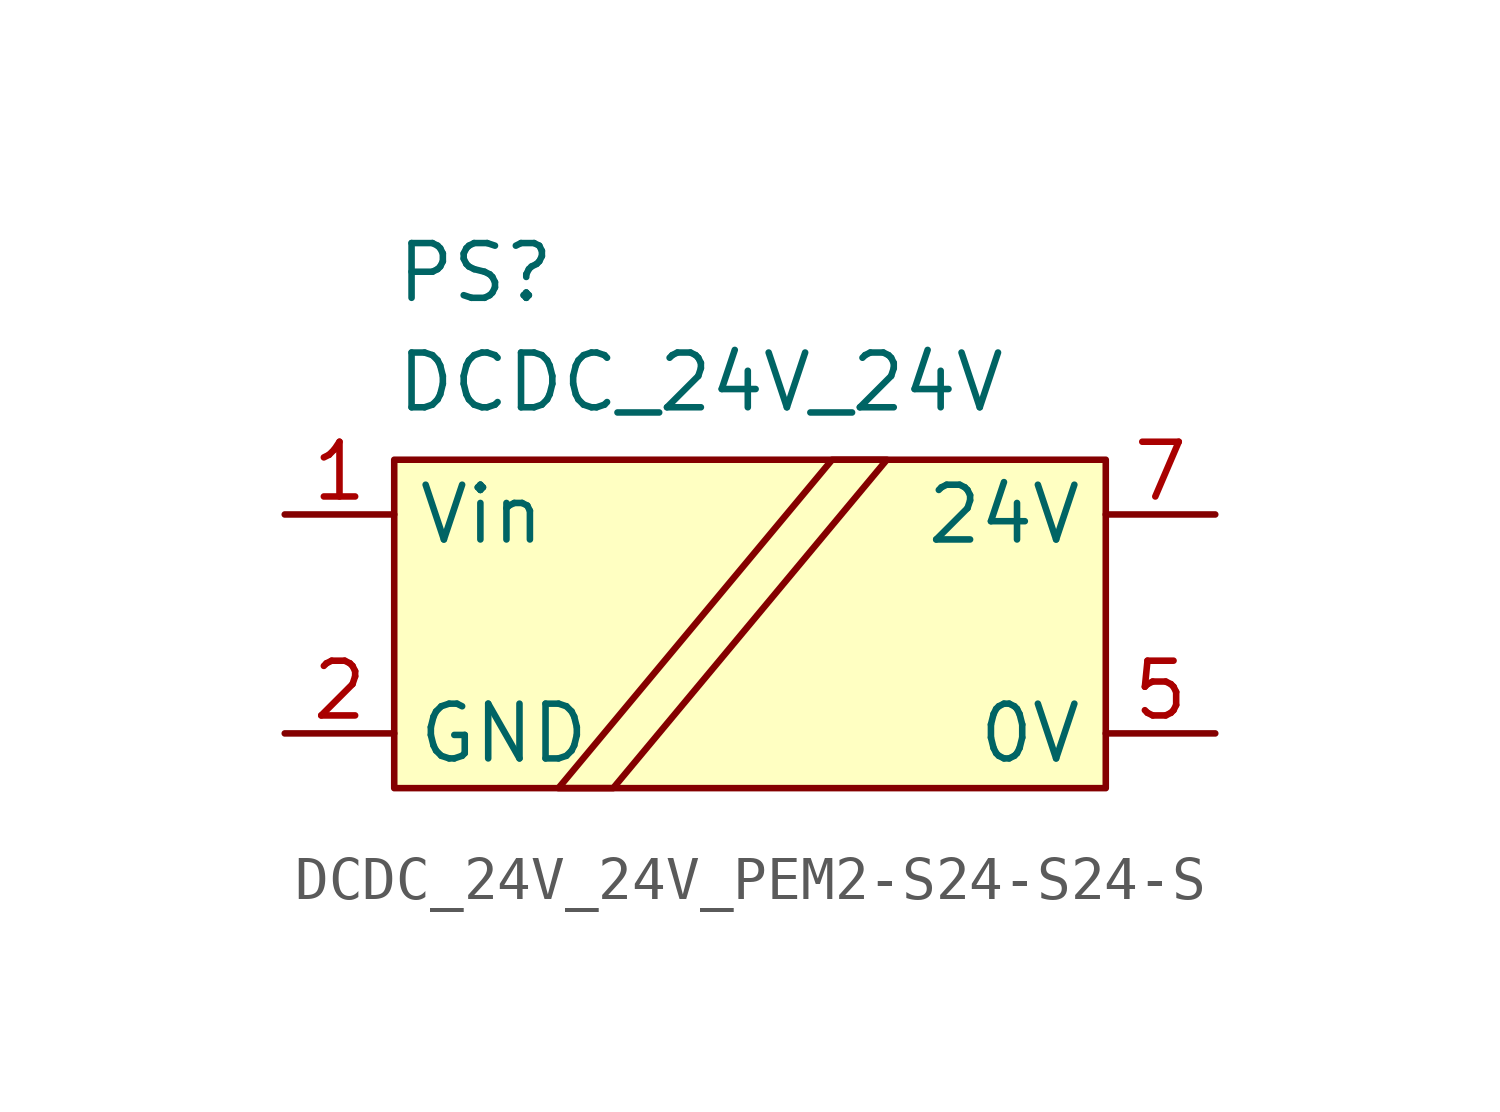
<source format=kicad_sym>
(kicad_symbol_lib
  (version 20220914)
  (generator kicad_symbol_editor)
  (symbol "DCDC_24V_24V_PEM2-S24-S24-S"
    (property "Reference" "PS"
      (at -7.62 8.89 0)
      (effects (font (size 1.27 1.27)) (justify left top)))
    (property "Value" "DCDC_24V_24V"
      (at -7.62 6.35 0)
      (effects (font (size 1.27 1.27)) (justify left top)))
    (symbol "DCDC_24V_24V_PEM2-S24-S24-S_0_1"
      (rectangle (start -7.62 3.81) (end 8.89 -3.81) (stroke (width 0) (type default)) (fill (type background)))
      (polyline (pts (xy -3.81 -3.81) (xy 2.54 3.81) (xy 3.81 3.81) (xy -2.54 -3.81) (xy -3.81 -3.81)) (stroke (width 0) (type default)) (fill (type none))))
    (symbol "DCDC_24V_24V_PEM2-S24-S24-S_1_1"
      (pin power_in line (at -10.16 2.54 0) (length 2.54) (name "Vin" (effects (font (size 1.27 1.27)))) (number "1" (effects (font (size 1.27 1.27)))))
      (pin power_in line (at -10.16 -2.54 0) (length 2.54) (name "GND" (effects (font (size 1.27 1.27)))) (number "2" (effects (font (size 1.27 1.27)))))
      (pin power_out line (at 11.43 -2.54 180) (length 2.54) (name "0V" (effects (font (size 1.27 1.27)))) (number "5" (effects (font (size 1.27 1.27)))))
      (pin power_out line (at 11.43 2.54 180) (length 2.54) (name "24V" (effects (font (size 1.27 1.27)))) (number "7" (effects (font (size 1.27 1.27))))))))
</source>
